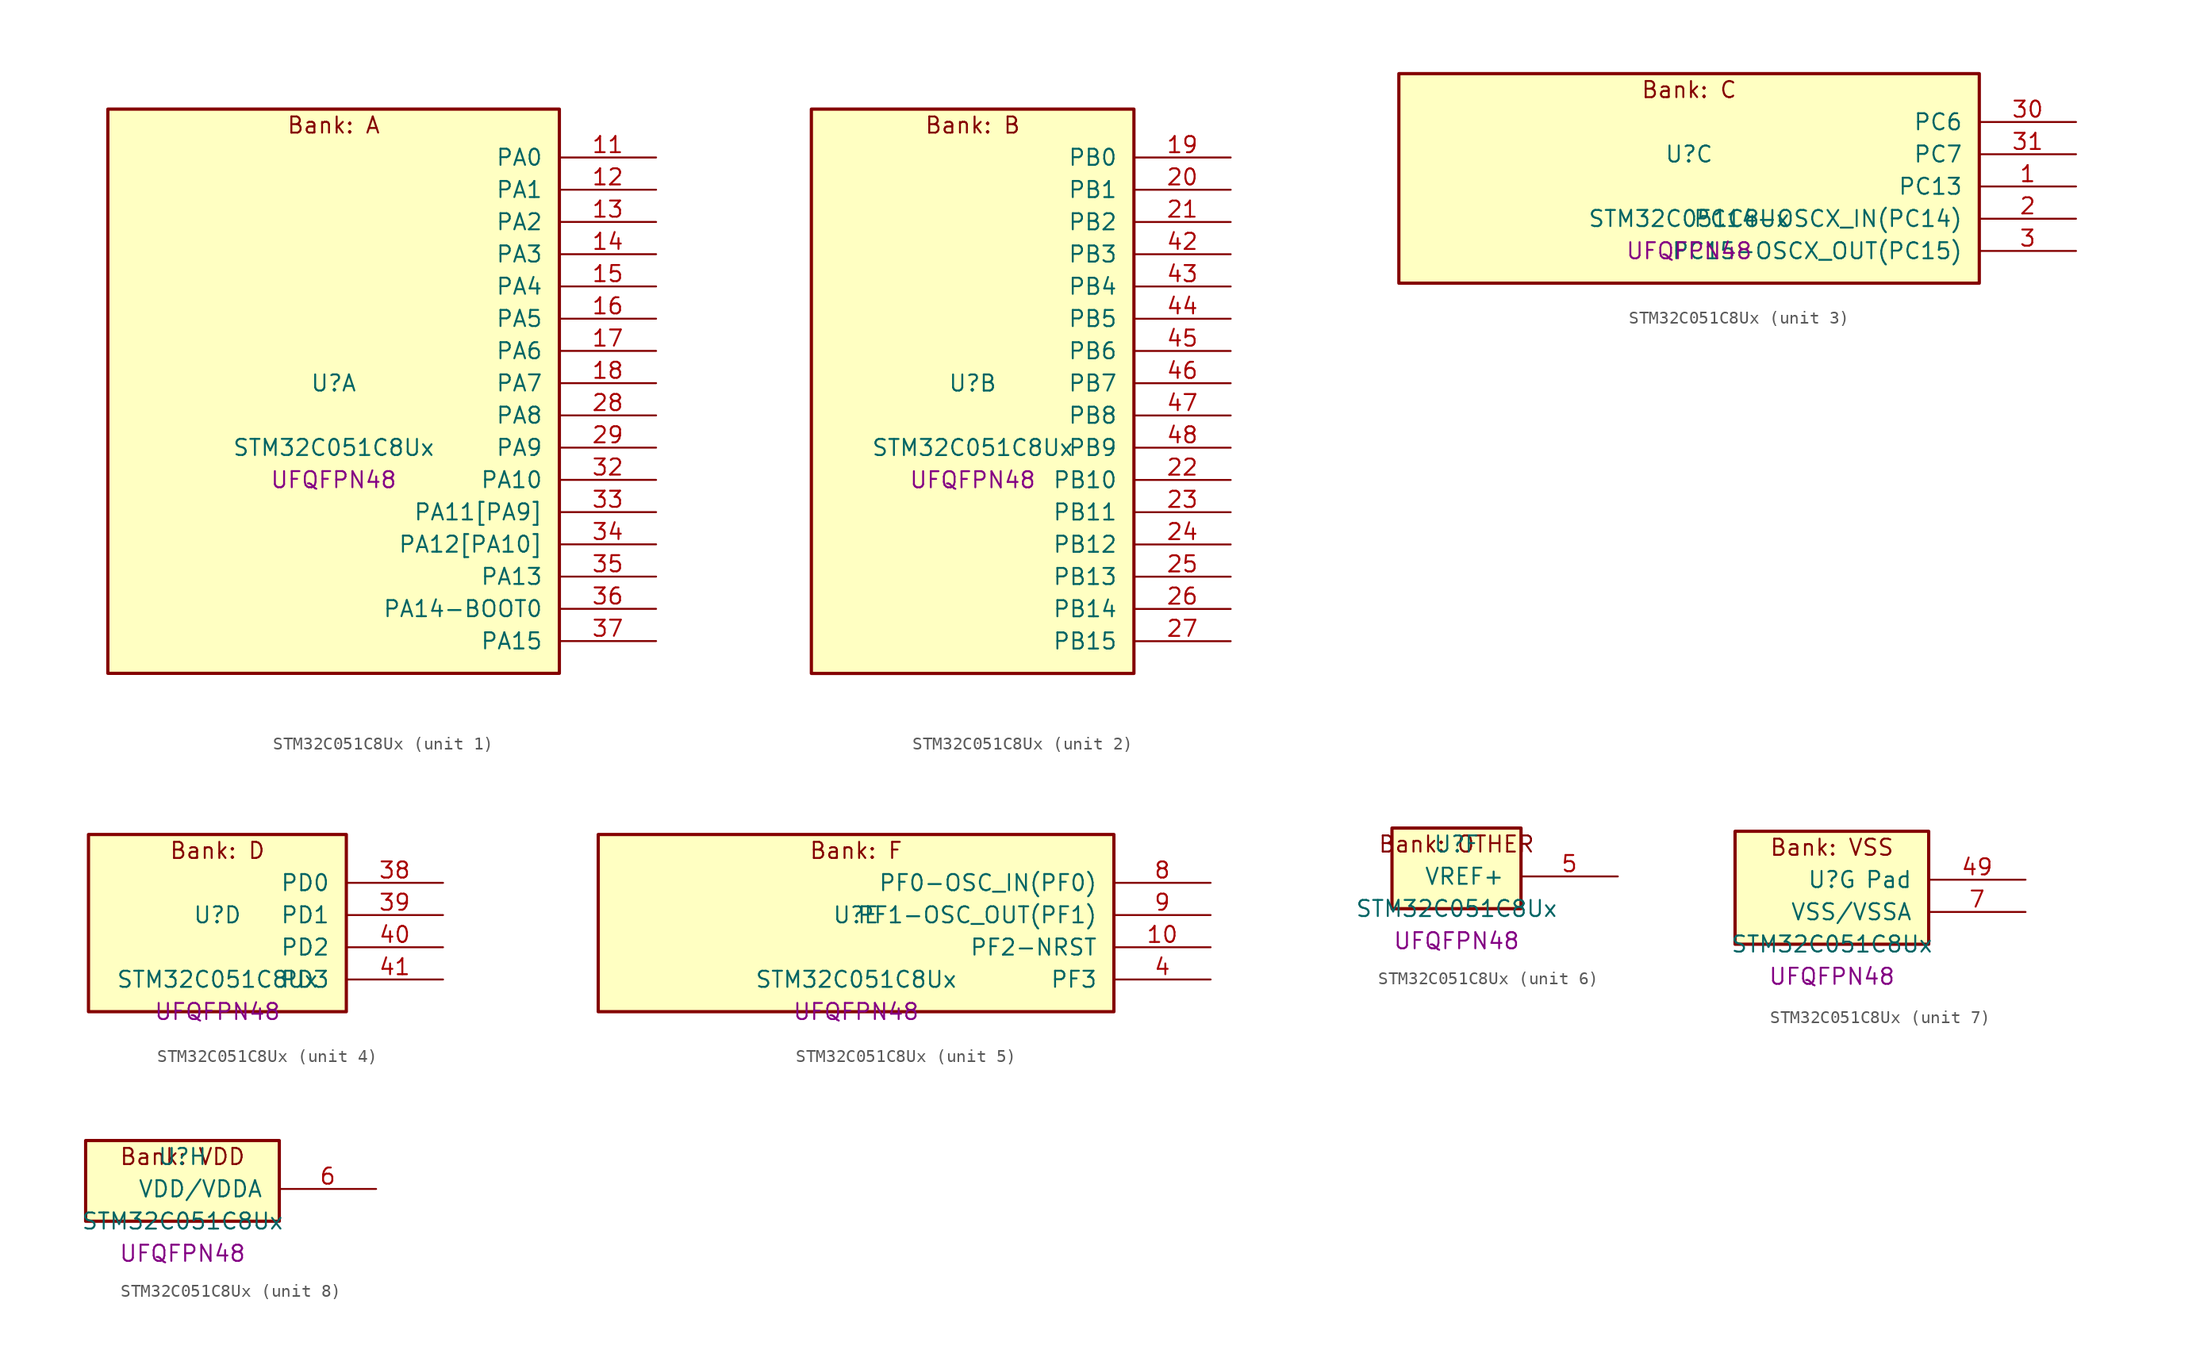
<source format=kicad_sym>
(kicad_symbol_lib
  (version 20241209)
  (generator "stm32_pkl_generator")
  (generator_version "1.0")
  (symbol "STM32C051C8Ux"
    (pin_names
      (offset 1.27))
    (property "Reference" "U"
      (at 0 2.54 0))
    (property "Value" "STM32C051C8Ux"
      (at 0 -2.54 0))
    (property "Footprint" "UFQFPN48"
      (at 0 -5.08 0))
    (symbol "STM32C051C8Ux_1_1"
      (rectangle (start -17.78 24.13) (end 17.78 -20.32) (stroke (width 0.254) (type solid)) (fill (type background)))
      (text "Bank: A" (at 0 22.86 0))
      (pin bidirectional line (at 25.4 20.32 180) (length 7.62) (name "PA0") (number "11") (alternate "PA0/ADC1_IN0" bidirectional line) (alternate "PA0/PWR_WKUP1" bidirectional line) (alternate "PA0/SPI2_SCK" bidirectional line) (alternate "PA0/TIM16_CH1" bidirectional line) (alternate "PA0/TIM1_CH1" bidirectional line) (alternate "PA0/TIM2_CH1" bidirectional line) (alternate "PA0/TIM2_ETR" bidirectional line) (alternate "PA0/USART1_TX" bidirectional line) (alternate "PA0/USART2_CTS" bidirectional line) (alternate "PA0/USART2_NSS" bidirectional line))
      (pin bidirectional line (at 25.4 17.78 180) (length 7.62) (name "PA1") (number "12") (alternate "PA1/ADC1_IN1" bidirectional line) (alternate "PA1/I2C1_SMBA" bidirectional line) (alternate "PA1/I2S1_CK" bidirectional line) (alternate "PA1/SPI1_SCK" bidirectional line) (alternate "PA1/TIM17_CH1" bidirectional line) (alternate "PA1/TIM1_CH2" bidirectional line) (alternate "PA1/TIM2_CH2" bidirectional line) (alternate "PA1/USART1_RX" bidirectional line) (alternate "PA1/USART2_CK" bidirectional line) (alternate "PA1/USART2_DE" bidirectional line) (alternate "PA1/USART2_RTS" bidirectional line))
      (pin bidirectional line (at 25.4 15.24 180) (length 7.62) (name "PA2") (number "13") (alternate "PA2/ADC1_IN2" bidirectional line) (alternate "PA2/I2S1_SD" bidirectional line) (alternate "PA2/PWR_WKUP4" bidirectional line) (alternate "PA2/RCC_LSCO" bidirectional line) (alternate "PA2/SPI1_MOSI" bidirectional line) (alternate "PA2/TIM16_CH1N" bidirectional line) (alternate "PA2/TIM1_CH3" bidirectional line) (alternate "PA2/TIM2_CH3" bidirectional line) (alternate "PA2/TIM3_ETR" bidirectional line) (alternate "PA2/USART2_TX" bidirectional line))
      (pin bidirectional line (at 25.4 12.7 180) (length 7.62) (name "PA3") (number "14") (alternate "PA3/ADC1_IN3" bidirectional line) (alternate "PA3/SPI2_MISO" bidirectional line) (alternate "PA3/TIM1_CH1N" bidirectional line) (alternate "PA3/TIM1_CH4" bidirectional line) (alternate "PA3/TIM2_CH4" bidirectional line) (alternate "PA3/USART2_RX" bidirectional line))
      (pin bidirectional line (at 25.4 10.16 180) (length 7.62) (name "PA4") (number "15") (alternate "PA4/ADC1_IN4" bidirectional line) (alternate "PA4/I2S1_WS" bidirectional line) (alternate "PA4/RTC_OUT2" bidirectional line) (alternate "PA4/SPI1_NSS" bidirectional line) (alternate "PA4/SPI2_MOSI" bidirectional line) (alternate "PA4/TIM14_CH1" bidirectional line) (alternate "PA4/TIM17_CH1N" bidirectional line) (alternate "PA4/TIM1_CH2N" bidirectional line) (alternate "PA4/USART2_TX" bidirectional line))
      (pin bidirectional line (at 25.4 7.62 180) (length 7.62) (name "PA5") (number "16") (alternate "PA5/ADC1_IN5" bidirectional line) (alternate "PA5/I2S1_CK" bidirectional line) (alternate "PA5/SPI1_SCK" bidirectional line) (alternate "PA5/TIM1_CH1" bidirectional line) (alternate "PA5/TIM1_CH3N" bidirectional line) (alternate "PA5/TIM2_CH1" bidirectional line) (alternate "PA5/TIM2_ETR" bidirectional line) (alternate "PA5/USART2_RX" bidirectional line))
      (pin bidirectional line (at 25.4 5.08 180) (length 7.62) (name "PA6") (number "17") (alternate "PA6/ADC1_IN6" bidirectional line) (alternate "PA6/I2C2_SDA" bidirectional line) (alternate "PA6/I2S1_MCK" bidirectional line) (alternate "PA6/SPI1_MISO" bidirectional line) (alternate "PA6/TIM16_CH1" bidirectional line) (alternate "PA6/TIM1_BKIN" bidirectional line) (alternate "PA6/TIM3_CH1" bidirectional line) (alternate "PA6/USART1_TX" bidirectional line))
      (pin bidirectional line (at 25.4 2.54 180) (length 7.62) (name "PA7") (number "18") (alternate "PA7/ADC1_IN7" bidirectional line) (alternate "PA7/I2C2_SCL" bidirectional line) (alternate "PA7/I2S1_SD" bidirectional line) (alternate "PA7/SPI1_MOSI" bidirectional line) (alternate "PA7/TIM14_CH1" bidirectional line) (alternate "PA7/TIM17_CH1" bidirectional line) (alternate "PA7/TIM1_CH1N" bidirectional line) (alternate "PA7/TIM3_CH2" bidirectional line) (alternate "PA7/USART1_RX" bidirectional line))
      (pin bidirectional line (at 25.4 0 180) (length 7.62) (name "PA8") (number "28") (alternate "PA8/ADC1_IN8" bidirectional line) (alternate "PA8/I2S1_WS" bidirectional line) (alternate "PA8/RCC_MCO" bidirectional line) (alternate "PA8/RCC_MCO_2" bidirectional line) (alternate "PA8/SPI1_NSS" bidirectional line) (alternate "PA8/SPI2_MISO" bidirectional line) (alternate "PA8/SPI2_NSS" bidirectional line) (alternate "PA8/TIM14_CH1" bidirectional line) (alternate "PA8/TIM1_CH1" bidirectional line) (alternate "PA8/TIM1_CH2N" bidirectional line) (alternate "PA8/TIM1_CH3N" bidirectional line) (alternate "PA8/TIM3_CH3" bidirectional line) (alternate "PA8/TIM3_CH4" bidirectional line) (alternate "PA8/USART1_RX" bidirectional line) (alternate "PA8/USART2_TX" bidirectional line))
      (pin bidirectional line (at 25.4 -2.54 180) (length 7.62) (name "PA9") (number "29") (alternate "PA9/I2C1_SCL" bidirectional line) (alternate "PA9/I2C2_SCL" bidirectional line) (alternate "PA9/RCC_MCO" bidirectional line) (alternate "PA9/SPI2_MISO" bidirectional line) (alternate "PA9/TIM1_CH2" bidirectional line) (alternate "PA9/TIM3_ETR" bidirectional line) (alternate "PA9/USART1_TX" bidirectional line) (alternate "PA9/NC" bidirectional line))
      (pin bidirectional line (at 25.4 -5.08 180) (length 7.62) (name "PA10") (number "32") (alternate "PA10/I2C1_SDA" bidirectional line) (alternate "PA10/I2C2_SDA" bidirectional line) (alternate "PA10/RCC_MCO_2" bidirectional line) (alternate "PA10/SPI2_MOSI" bidirectional line) (alternate "PA10/TIM17_BKIN" bidirectional line) (alternate "PA10/TIM1_CH3" bidirectional line) (alternate "PA10/USART1_RX" bidirectional line) (alternate "PA10/NC" bidirectional line))
      (pin bidirectional line (at 25.4 -7.62 180) (length 7.62) (name "PA11[PA9]") (number "33") (alternate "PA11[PA9]/ADC1_EXTI11" bidirectional line) (alternate "PA11[PA9]/ADC1_IN11" bidirectional line) (alternate "PA11[PA9]/I2C2_SCL" bidirectional line) (alternate "PA11[PA9]/I2S1_MCK" bidirectional line) (alternate "PA11[PA9]/SPI1_MISO" bidirectional line) (alternate "PA11[PA9]/TIM1_BKIN2" bidirectional line) (alternate "PA11[PA9]/TIM1_CH4" bidirectional line) (alternate "PA11[PA9]/USART1_CTS" bidirectional line) (alternate "PA11[PA9]/USART1_NSS" bidirectional line) (alternate "PA11[PA9]/PA9[PA11]" bidirectional line) (alternate "PA11[PA9]/I2C1_SCL" bidirectional line) (alternate "PA11[PA9]/RCC_MCO" bidirectional line) (alternate "PA11[PA9]/SPI2_MISO" bidirectional line) (alternate "PA11[PA9]/TIM1_CH2" bidirectional line) (alternate "PA11[PA9]/TIM3_ETR" bidirectional line) (alternate "PA11[PA9]/USART1_TX" bidirectional line))
      (pin bidirectional line (at 25.4 -10.16 180) (length 7.62) (name "PA12[PA10]") (number "34") (alternate "PA12[PA10]/ADC1_IN12" bidirectional line) (alternate "PA12[PA10]/I2C2_SDA" bidirectional line) (alternate "PA12[PA10]/I2S1_SD" bidirectional line) (alternate "PA12[PA10]/I2S_CKIN" bidirectional line) (alternate "PA12[PA10]/SPI1_MOSI" bidirectional line) (alternate "PA12[PA10]/TIM1_ETR" bidirectional line) (alternate "PA12[PA10]/USART1_CK" bidirectional line) (alternate "PA12[PA10]/USART1_DE" bidirectional line) (alternate "PA12[PA10]/USART1_RTS" bidirectional line) (alternate "PA12[PA10]/PA10[PA12]" bidirectional line) (alternate "PA12[PA10]/I2C1_SDA" bidirectional line) (alternate "PA12[PA10]/RCC_MCO_2" bidirectional line) (alternate "PA12[PA10]/SPI2_MOSI" bidirectional line) (alternate "PA12[PA10]/TIM17_BKIN" bidirectional line) (alternate "PA12[PA10]/TIM1_CH3" bidirectional line) (alternate "PA12[PA10]/USART1_RX" bidirectional line))
      (pin bidirectional line (at 25.4 -12.7 180) (length 7.62) (name "PA13") (number "35") (alternate "PA13/ADC1_IN13" bidirectional line) (alternate "PA13/DEBUG_SWDIO" bidirectional line) (alternate "PA13/IR_OUT" bidirectional line) (alternate "PA13/TIM3_ETR" bidirectional line) (alternate "PA13/USART2_RX" bidirectional line))
      (pin bidirectional line (at 25.4 -15.24 180) (length 7.62) (name "PA14-BOOT0") (number "36") (alternate "PA14-BOOT0/ADC1_IN14" bidirectional line) (alternate "PA14-BOOT0/BOOT0" bidirectional line) (alternate "PA14-BOOT0/DEBUG_SWCLK" bidirectional line) (alternate "PA14-BOOT0/I2S1_WS" bidirectional line) (alternate "PA14-BOOT0/RCC_MCO_2" bidirectional line) (alternate "PA14-BOOT0/SPI1_NSS" bidirectional line) (alternate "PA14-BOOT0/TIM1_CH1" bidirectional line) (alternate "PA14-BOOT0/USART1_CK" bidirectional line) (alternate "PA14-BOOT0/USART1_DE" bidirectional line) (alternate "PA14-BOOT0/USART1_RTS" bidirectional line) (alternate "PA14-BOOT0/USART2_RX" bidirectional line) (alternate "PA14-BOOT0/USART2_TX" bidirectional line))
      (pin bidirectional line (at 25.4 -17.78 180) (length 7.62) (name "PA15") (number "37") (alternate "PA15/I2S1_WS" bidirectional line) (alternate "PA15/RCC_MCO_2" bidirectional line) (alternate "PA15/SPI1_NSS" bidirectional line) (alternate "PA15/TIM1_CH1" bidirectional line) (alternate "PA15/TIM2_CH1" bidirectional line) (alternate "PA15/TIM2_ETR" bidirectional line) (alternate "PA15/USART1_CK" bidirectional line) (alternate "PA15/USART1_DE" bidirectional line) (alternate "PA15/USART1_RTS" bidirectional line) (alternate "PA15/USART2_RX" bidirectional line)))
    (symbol "STM32C051C8Ux_2_1"
      (rectangle (start -12.7 24.13) (end 12.7 -20.32) (stroke (width 0.254) (type solid)) (fill (type background)))
      (text "Bank: B" (at 0 22.86 0))
      (pin bidirectional line (at 20.32 20.32 180) (length 7.62) (name "PB0") (number "19") (alternate "PB0/ADC1_IN17" bidirectional line) (alternate "PB0/I2S1_WS" bidirectional line) (alternate "PB0/SPI1_NSS" bidirectional line) (alternate "PB0/TIM1_CH2N" bidirectional line) (alternate "PB0/TIM3_CH3" bidirectional line))
      (pin bidirectional line (at 20.32 17.78 180) (length 7.62) (name "PB1") (number "20") (alternate "PB1/ADC1_IN18" bidirectional line) (alternate "PB1/TIM14_CH1" bidirectional line) (alternate "PB1/TIM1_CH2N" bidirectional line) (alternate "PB1/TIM1_CH3N" bidirectional line) (alternate "PB1/TIM3_CH4" bidirectional line))
      (pin bidirectional line (at 20.32 15.24 180) (length 7.62) (name "PB2") (number "21") (alternate "PB2/ADC1_IN19" bidirectional line) (alternate "PB2/RCC_MCO_2" bidirectional line) (alternate "PB2/SPI2_MISO" bidirectional line) (alternate "PB2/USART1_RX" bidirectional line))
      (pin bidirectional line (at 20.32 12.7 180) (length 7.62) (name "PB3") (number "42") (alternate "PB3/I2C2_SCL" bidirectional line) (alternate "PB3/I2S1_CK" bidirectional line) (alternate "PB3/SPI1_SCK" bidirectional line) (alternate "PB3/TIM1_CH2" bidirectional line) (alternate "PB3/TIM2_CH2" bidirectional line) (alternate "PB3/TIM3_CH2" bidirectional line) (alternate "PB3/USART1_CK" bidirectional line) (alternate "PB3/USART1_DE" bidirectional line) (alternate "PB3/USART1_RTS" bidirectional line))
      (pin bidirectional line (at 20.32 10.16 180) (length 7.62) (name "PB4") (number "43") (alternate "PB4/I2C2_SDA" bidirectional line) (alternate "PB4/I2S1_MCK" bidirectional line) (alternate "PB4/SPI1_MISO" bidirectional line) (alternate "PB4/TIM17_BKIN" bidirectional line) (alternate "PB4/TIM3_CH1" bidirectional line) (alternate "PB4/USART1_CTS" bidirectional line) (alternate "PB4/USART1_NSS" bidirectional line))
      (pin bidirectional line (at 20.32 7.62 180) (length 7.62) (name "PB5") (number "44") (alternate "PB5/I2C1_SMBA" bidirectional line) (alternate "PB5/I2S1_SD" bidirectional line) (alternate "PB5/PWR_WKUP6" bidirectional line) (alternate "PB5/SPI1_MOSI" bidirectional line) (alternate "PB5/TIM16_BKIN" bidirectional line) (alternate "PB5/TIM3_CH2" bidirectional line) (alternate "PB5/TIM3_CH3" bidirectional line))
      (pin bidirectional line (at 20.32 5.08 180) (length 7.62) (name "PB6") (number "45") (alternate "PB6/I2C1_SCL" bidirectional line) (alternate "PB6/I2C1_SMBA" bidirectional line) (alternate "PB6/I2S1_CK" bidirectional line) (alternate "PB6/I2S1_MCK" bidirectional line) (alternate "PB6/I2S1_SD" bidirectional line) (alternate "PB6/PWR_WKUP3" bidirectional line) (alternate "PB6/SPI1_MISO" bidirectional line) (alternate "PB6/SPI1_MOSI" bidirectional line) (alternate "PB6/SPI1_SCK" bidirectional line) (alternate "PB6/SPI2_MISO" bidirectional line) (alternate "PB6/TIM16_BKIN" bidirectional line) (alternate "PB6/TIM16_CH1N" bidirectional line) (alternate "PB6/TIM17_BKIN" bidirectional line) (alternate "PB6/TIM1_CH2" bidirectional line) (alternate "PB6/TIM1_CH3" bidirectional line) (alternate "PB6/TIM3_CH1" bidirectional line) (alternate "PB6/TIM3_CH2" bidirectional line) (alternate "PB6/TIM3_CH3" bidirectional line) (alternate "PB6/USART1_CTS" bidirectional line) (alternate "PB6/USART1_NSS" bidirectional line) (alternate "PB6/USART1_TX" bidirectional line))
      (pin bidirectional line (at 20.32 2.54 180) (length 7.62) (name "PB7") (number "46") (alternate "PB7/I2C1_SCL" bidirectional line) (alternate "PB7/I2C1_SDA" bidirectional line) (alternate "PB7/SPI2_MOSI" bidirectional line) (alternate "PB7/TIM16_CH1" bidirectional line) (alternate "PB7/TIM17_CH1N" bidirectional line) (alternate "PB7/TIM1_CH1" bidirectional line) (alternate "PB7/TIM1_CH4" bidirectional line) (alternate "PB7/TIM3_CH1" bidirectional line) (alternate "PB7/TIM3_CH4" bidirectional line) (alternate "PB7/USART1_RX" bidirectional line) (alternate "PB7/USART2_CTS" bidirectional line) (alternate "PB7/USART2_NSS" bidirectional line))
      (pin bidirectional line (at 20.32 0 180) (length 7.62) (name "PB8") (number "47") (alternate "PB8/I2C1_SCL" bidirectional line) (alternate "PB8/SPI2_SCK" bidirectional line) (alternate "PB8/TIM16_CH1" bidirectional line) (alternate "PB8/TIM3_CH1" bidirectional line) (alternate "PB8/USART2_CTS" bidirectional line) (alternate "PB8/USART2_NSS" bidirectional line))
      (pin bidirectional line (at 20.32 -2.54 180) (length 7.62) (name "PB9") (number "48") (alternate "PB9/I2C1_SDA" bidirectional line) (alternate "PB9/IR_OUT" bidirectional line) (alternate "PB9/SPI2_NSS" bidirectional line) (alternate "PB9/TIM17_CH1" bidirectional line) (alternate "PB9/TIM3_CH2" bidirectional line) (alternate "PB9/USART2_CK" bidirectional line) (alternate "PB9/USART2_DE" bidirectional line) (alternate "PB9/USART2_RTS" bidirectional line))
      (pin bidirectional line (at 20.32 -5.08 180) (length 7.62) (name "PB10") (number "22") (alternate "PB10/ADC1_IN20" bidirectional line) (alternate "PB10/I2C2_SCL" bidirectional line) (alternate "PB10/SPI2_SCK" bidirectional line) (alternate "PB10/TIM2_CH3" bidirectional line))
      (pin bidirectional line (at 20.32 -7.62 180) (length 7.62) (name "PB11") (number "23") (alternate "PB11/ADC1_EXTI11" bidirectional line) (alternate "PB11/ADC1_IN21" bidirectional line) (alternate "PB11/I2C2_SDA" bidirectional line) (alternate "PB11/SPI2_MOSI" bidirectional line) (alternate "PB11/TIM2_CH4" bidirectional line))
      (pin bidirectional line (at 20.32 -10.16 180) (length 7.62) (name "PB12") (number "24") (alternate "PB12/ADC1_IN22" bidirectional line) (alternate "PB12/SPI2_NSS" bidirectional line) (alternate "PB12/TIM1_BKIN" bidirectional line) (alternate "PB12/TIM1_BKIN2" bidirectional line))
      (pin bidirectional line (at 20.32 -12.7 180) (length 7.62) (name "PB13") (number "25") (alternate "PB13/I2C2_SCL" bidirectional line) (alternate "PB13/SPI2_SCK" bidirectional line) (alternate "PB13/TIM1_CH1N" bidirectional line))
      (pin bidirectional line (at 20.32 -15.24 180) (length 7.62) (name "PB14") (number "26") (alternate "PB14/I2C2_SDA" bidirectional line) (alternate "PB14/SPI2_MISO" bidirectional line) (alternate "PB14/TIM1_CH2N" bidirectional line))
      (pin bidirectional line (at 20.32 -17.78 180) (length 7.62) (name "PB15") (number "27") (alternate "PB15/RTC_REFIN" bidirectional line) (alternate "PB15/SPI2_MOSI" bidirectional line) (alternate "PB15/TIM1_CH3N" bidirectional line)))
    (symbol "STM32C051C8Ux_3_1"
      (rectangle (start -22.86 8.89) (end 22.86 -7.62) (stroke (width 0.254) (type solid)) (fill (type background)))
      (text "Bank: C" (at 0 7.62 0))
      (pin bidirectional line (at 30.48 5.08 180) (length 7.62) (name "PC6") (number "30") (alternate "PC6/TIM2_CH3" bidirectional line) (alternate "PC6/TIM3_CH1" bidirectional line))
      (pin bidirectional line (at 30.48 2.54 180) (length 7.62) (name "PC7") (number "31") (alternate "PC7/TIM2_CH4" bidirectional line) (alternate "PC7/TIM3_CH2" bidirectional line))
      (pin bidirectional line (at 30.48 0 180) (length 7.62) (name "PC13") (number "1") (alternate "PC13/PWR_WKUP2" bidirectional line) (alternate "PC13/RTC_OUT1" bidirectional line) (alternate "PC13/RTC_TS" bidirectional line) (alternate "PC13/TIM1_BKIN" bidirectional line) (alternate "PC13/TIM1_ETR" bidirectional line))
      (pin bidirectional line (at 30.48 -2.54 180) (length 7.62) (name "PC14-OSCX_IN(PC14)") (number "2") (alternate "PC14-OSCX_IN(PC14)/I2C1_SDA" bidirectional line) (alternate "PC14-OSCX_IN(PC14)/IR_OUT" bidirectional line) (alternate "PC14-OSCX_IN(PC14)/RCC_OSCX_IN" bidirectional line) (alternate "PC14-OSCX_IN(PC14)/SPI2_NSS" bidirectional line) (alternate "PC14-OSCX_IN(PC14)/TIM17_CH1" bidirectional line) (alternate "PC14-OSCX_IN(PC14)/TIM1_BKIN2" bidirectional line) (alternate "PC14-OSCX_IN(PC14)/TIM1_ETR" bidirectional line) (alternate "PC14-OSCX_IN(PC14)/TIM3_CH2" bidirectional line) (alternate "PC14-OSCX_IN(PC14)/USART1_RX" bidirectional line) (alternate "PC14-OSCX_IN(PC14)/USART1_TX" bidirectional line) (alternate "PC14-OSCX_IN(PC14)/USART2_CK" bidirectional line) (alternate "PC14-OSCX_IN(PC14)/USART2_DE" bidirectional line) (alternate "PC14-OSCX_IN(PC14)/USART2_RTS" bidirectional line))
      (pin bidirectional line (at 30.48 -5.08 180) (length 7.62) (name "PC15-OSCX_OUT(PC15)") (number "3") (alternate "PC15-OSCX_OUT(PC15)/RCC_OSC32_EN" bidirectional line) (alternate "PC15-OSCX_OUT(PC15)/RCC_OSCX_OUT" bidirectional line) (alternate "PC15-OSCX_OUT(PC15)/RCC_OSC_EN" bidirectional line) (alternate "PC15-OSCX_OUT(PC15)/TIM1_CH2" bidirectional line) (alternate "PC15-OSCX_OUT(PC15)/TIM1_ETR" bidirectional line) (alternate "PC15-OSCX_OUT(PC15)/TIM3_CH3" bidirectional line)))
    (symbol "STM32C051C8Ux_4_1"
      (rectangle (start -10.16 8.89) (end 10.16 -5.08) (stroke (width 0.254) (type solid)) (fill (type background)))
      (text "Bank: D" (at 0 7.62 0))
      (pin bidirectional line (at 17.78 5.08 180) (length 7.62) (name "PD0") (number "38") (alternate "PD0/SPI2_NSS" bidirectional line) (alternate "PD0/TIM16_CH1" bidirectional line))
      (pin bidirectional line (at 17.78 2.54 180) (length 7.62) (name "PD1") (number "39") (alternate "PD1/SPI2_SCK" bidirectional line) (alternate "PD1/TIM17_CH1" bidirectional line))
      (pin bidirectional line (at 17.78 0 180) (length 7.62) (name "PD2") (number "40") (alternate "PD2/TIM1_CH1N" bidirectional line) (alternate "PD2/TIM3_ETR" bidirectional line))
      (pin bidirectional line (at 17.78 -2.54 180) (length 7.62) (name "PD3") (number "41") (alternate "PD3/SPI2_MISO" bidirectional line) (alternate "PD3/TIM1_CH2N" bidirectional line) (alternate "PD3/USART2_CTS" bidirectional line) (alternate "PD3/USART2_NSS" bidirectional line)))
    (symbol "STM32C051C8Ux_5_1"
      (rectangle (start -20.32 8.89) (end 20.32 -5.08) (stroke (width 0.254) (type solid)) (fill (type background)))
      (text "Bank: F" (at 0 7.62 0))
      (pin bidirectional line (at 27.94 5.08 180) (length 7.62) (name "PF0-OSC_IN(PF0)") (number "8") (alternate "PF0-OSC_IN(PF0)/RCC_OSC_IN" bidirectional line) (alternate "PF0-OSC_IN(PF0)/TIM14_CH1" bidirectional line))
      (pin bidirectional line (at 27.94 2.54 180) (length 7.62) (name "PF1-OSC_OUT(PF1)") (number "9") (alternate "PF1-OSC_OUT(PF1)/RCC_OSC_EN" bidirectional line) (alternate "PF1-OSC_OUT(PF1)/RCC_OSC_OUT" bidirectional line))
      (pin bidirectional line (at 27.94 0 180) (length 7.62) (name "PF2-NRST") (number "10") (alternate "PF2-NRST/RCC_MCO" bidirectional line) (alternate "PF2-NRST/TIM1_CH4" bidirectional line))
      (pin bidirectional line (at 27.94 -2.54 180) (length 7.62) (name "PF3") (number "4")))
    (symbol "STM32C051C8Ux_6_1"
      (rectangle (start -5.08 3.81) (end 5.08 -2.54) (stroke (width 0.254) (type solid)) (fill (type background)))
      (text "Bank: OTHER" (at 0 2.54 0))
      (pin bidirectional line (at 12.7 0 180) (length 7.62) (name "VREF+") (number "5")))
    (symbol "STM32C051C8Ux_7_1"
      (rectangle (start -7.62 6.35) (end 7.62 -2.54) (stroke (width 0.254) (type solid)) (fill (type background)))
      (text "Bank: VSS" (at 0 5.08 0))
      (pin passive line (at 15.24 2.54 180) (length 7.62) (name "Pad") (number "49"))
      (pin power_in line (at 15.24 0 180) (length 7.62) (name "VSS/VSSA") (number "7")))
    (symbol "STM32C051C8Ux_8_1"
      (rectangle (start -7.62 3.81) (end 7.62 -2.54) (stroke (width 0.254) (type solid)) (fill (type background)))
      (text "Bank: VDD" (at 0 2.54 0))
      (pin power_in line (at 15.24 0 180) (length 7.62) (name "VDD/VDDA") (number "6")))))
</source>
